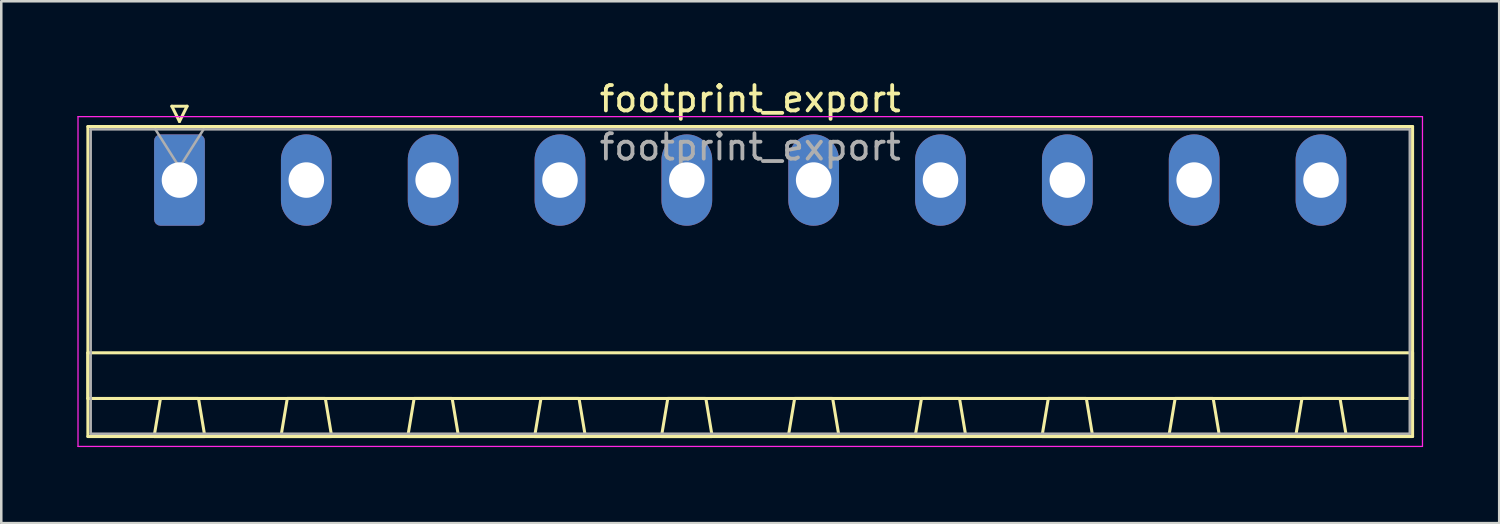
<source format=kicad_pcb>
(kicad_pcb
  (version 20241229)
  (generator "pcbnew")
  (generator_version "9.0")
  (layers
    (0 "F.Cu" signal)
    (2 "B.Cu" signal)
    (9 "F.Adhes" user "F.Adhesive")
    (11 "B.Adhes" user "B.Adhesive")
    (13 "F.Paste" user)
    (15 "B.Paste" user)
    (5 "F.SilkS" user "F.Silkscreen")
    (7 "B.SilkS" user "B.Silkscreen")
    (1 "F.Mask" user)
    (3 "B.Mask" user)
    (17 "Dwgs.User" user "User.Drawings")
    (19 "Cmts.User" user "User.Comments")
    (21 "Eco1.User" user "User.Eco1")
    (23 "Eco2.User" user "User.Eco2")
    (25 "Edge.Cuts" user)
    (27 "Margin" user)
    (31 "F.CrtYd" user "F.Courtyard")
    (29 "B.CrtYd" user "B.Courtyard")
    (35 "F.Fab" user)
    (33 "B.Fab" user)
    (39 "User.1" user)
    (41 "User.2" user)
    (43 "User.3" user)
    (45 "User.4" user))
  (footprint "footprint_export"
    (layer "F.Cu")
    (at 4.025 4.048)
    (property "Reference" "footprint_export" (at 22.5 -3.2 0) (layer "F.SilkS") (effects (font (size 1 1) (thickness 0.15))))
    (attr through_hole)
    (fp_line (start -3.61 -2.11) (end -3.61 10.11) (stroke (width 0.12) (type solid)) (layer "F.SilkS"))
    (fp_line (start -3.61 6.81) (end 48.61 6.81) (stroke (width 0.12) (type solid)) (layer "F.SilkS"))
    (fp_line (start -3.61 8.61) (end -3.61 6.81) (stroke (width 0.12) (type solid)) (layer "F.SilkS"))
    (fp_line (start -3.61 10.11) (end 48.61 10.11) (stroke (width 0.12) (type solid)) (layer "F.SilkS"))
    (fp_line (start -1 10.11) (end 1 10.11) (stroke (width 0.12) (type solid)) (layer "F.SilkS"))
    (fp_line (start -0.75 8.61) (end -1 10.11) (stroke (width 0.12) (type solid)) (layer "F.SilkS"))
    (fp_line (start -0.3 -2.91) (end 0.3 -2.91) (stroke (width 0.12) (type solid)) (layer "F.SilkS"))
    (fp_line (start 0 -2.31) (end -0.3 -2.91) (stroke (width 0.12) (type solid)) (layer "F.SilkS"))
    (fp_line (start 0.3 -2.91) (end 0 -2.31) (stroke (width 0.12) (type solid)) (layer "F.SilkS"))
    (fp_line (start 0.75 8.61) (end -0.75 8.61) (stroke (width 0.12) (type solid)) (layer "F.SilkS"))
    (fp_line (start 1 10.11) (end 0.75 8.61) (stroke (width 0.12) (type solid)) (layer "F.SilkS"))
    (fp_line (start 4 10.11) (end 6 10.11) (stroke (width 0.12) (type solid)) (layer "F.SilkS"))
    (fp_line (start 4.25 8.61) (end 4 10.11) (stroke (width 0.12) (type solid)) (layer "F.SilkS"))
    (fp_line (start 5.75 8.61) (end 4.25 8.61) (stroke (width 0.12) (type solid)) (layer "F.SilkS"))
    (fp_line (start 6 10.11) (end 5.75 8.61) (stroke (width 0.12) (type solid)) (layer "F.SilkS"))
    (fp_line (start 9 10.11) (end 11 10.11) (stroke (width 0.12) (type solid)) (layer "F.SilkS"))
    (fp_line (start 9.25 8.61) (end 9 10.11) (stroke (width 0.12) (type solid)) (layer "F.SilkS"))
    (fp_line (start 10.75 8.61) (end 9.25 8.61) (stroke (width 0.12) (type solid)) (layer "F.SilkS"))
    (fp_line (start 11 10.11) (end 10.75 8.61) (stroke (width 0.12) (type solid)) (layer "F.SilkS"))
    (fp_line (start 14 10.11) (end 16 10.11) (stroke (width 0.12) (type solid)) (layer "F.SilkS"))
    (fp_line (start 14.25 8.61) (end 14 10.11) (stroke (width 0.12) (type solid)) (layer "F.SilkS"))
    (fp_line (start 15.75 8.61) (end 14.25 8.61) (stroke (width 0.12) (type solid)) (layer "F.SilkS"))
    (fp_line (start 16 10.11) (end 15.75 8.61) (stroke (width 0.12) (type solid)) (layer "F.SilkS"))
    (fp_line (start 19 10.11) (end 21 10.11) (stroke (width 0.12) (type solid)) (layer "F.SilkS"))
    (fp_line (start 19.25 8.61) (end 19 10.11) (stroke (width 0.12) (type solid)) (layer "F.SilkS"))
    (fp_line (start 20.75 8.61) (end 19.25 8.61) (stroke (width 0.12) (type solid)) (layer "F.SilkS"))
    (fp_line (start 21 10.11) (end 20.75 8.61) (stroke (width 0.12) (type solid)) (layer "F.SilkS"))
    (fp_line (start 24 10.11) (end 26 10.11) (stroke (width 0.12) (type solid)) (layer "F.SilkS"))
    (fp_line (start 24.25 8.61) (end 24 10.11) (stroke (width 0.12) (type solid)) (layer "F.SilkS"))
    (fp_line (start 25.75 8.61) (end 24.25 8.61) (stroke (width 0.12) (type solid)) (layer "F.SilkS"))
    (fp_line (start 26 10.11) (end 25.75 8.61) (stroke (width 0.12) (type solid)) (layer "F.SilkS"))
    (fp_line (start 29 10.11) (end 31 10.11) (stroke (width 0.12) (type solid)) (layer "F.SilkS"))
    (fp_line (start 29.25 8.61) (end 29 10.11) (stroke (width 0.12) (type solid)) (layer "F.SilkS"))
    (fp_line (start 30.75 8.61) (end 29.25 8.61) (stroke (width 0.12) (type solid)) (layer "F.SilkS"))
    (fp_line (start 31 10.11) (end 30.75 8.61) (stroke (width 0.12) (type solid)) (layer "F.SilkS"))
    (fp_line (start 34 10.11) (end 36 10.11) (stroke (width 0.12) (type solid)) (layer "F.SilkS"))
    (fp_line (start 34.25 8.61) (end 34 10.11) (stroke (width 0.12) (type solid)) (layer "F.SilkS"))
    (fp_line (start 35.75 8.61) (end 34.25 8.61) (stroke (width 0.12) (type solid)) (layer "F.SilkS"))
    (fp_line (start 36 10.11) (end 35.75 8.61) (stroke (width 0.12) (type solid)) (layer "F.SilkS"))
    (fp_line (start 39 10.11) (end 41 10.11) (stroke (width 0.12) (type solid)) (layer "F.SilkS"))
    (fp_line (start 39.25 8.61) (end 39 10.11) (stroke (width 0.12) (type solid)) (layer "F.SilkS"))
    (fp_line (start 40.75 8.61) (end 39.25 8.61) (stroke (width 0.12) (type solid)) (layer "F.SilkS"))
    (fp_line (start 41 10.11) (end 40.75 8.61) (stroke (width 0.12) (type solid)) (layer "F.SilkS"))
    (fp_line (start 44 10.11) (end 46 10.11) (stroke (width 0.12) (type solid)) (layer "F.SilkS"))
    (fp_line (start 44.25 8.61) (end 44 10.11) (stroke (width 0.12) (type solid)) (layer "F.SilkS"))
    (fp_line (start 45.75 8.61) (end 44.25 8.61) (stroke (width 0.12) (type solid)) (layer "F.SilkS"))
    (fp_line (start 46 10.11) (end 45.75 8.61) (stroke (width 0.12) (type solid)) (layer "F.SilkS"))
    (fp_line (start 48.61 -2.11) (end -3.61 -2.11) (stroke (width 0.12) (type solid)) (layer "F.SilkS"))
    (fp_line (start 48.61 6.81) (end 48.61 8.61) (stroke (width 0.12) (type solid)) (layer "F.SilkS"))
    (fp_line (start 48.61 8.61) (end -3.61 8.61) (stroke (width 0.12) (type solid)) (layer "F.SilkS"))
    (fp_line (start 48.61 10.11) (end 48.61 -2.11) (stroke (width 0.12) (type solid)) (layer "F.SilkS"))
    (fp_line (start -4 -2.5) (end -4 10.5) (stroke (width 0.05) (type solid)) (layer "F.CrtYd"))
    (fp_line (start -4 10.5) (end 49 10.5) (stroke (width 0.05) (type solid)) (layer "F.CrtYd"))
    (fp_line (start 49 -2.5) (end -4 -2.5) (stroke (width 0.05) (type solid)) (layer "F.CrtYd"))
    (fp_line (start 49 10.5) (end 49 -2.5) (stroke (width 0.05) (type solid)) (layer "F.CrtYd"))
    (fp_line (start -3.5 -2) (end -3.5 10) (stroke (width 0.1) (type solid)) (layer "F.Fab"))
    (fp_line (start -3.5 10) (end 48.5 10) (stroke (width 0.1) (type solid)) (layer "F.Fab"))
    (fp_line (start 0 -0.5) (end -0.95 -2) (stroke (width 0.1) (type solid)) (layer "F.Fab"))
    (fp_line (start 0.95 -2) (end 0 -0.5) (stroke (width 0.1) (type solid)) (layer "F.Fab"))
    (fp_line (start 48.5 -2) (end -3.5 -2) (stroke (width 0.1) (type solid)) (layer "F.Fab"))
    (fp_line (start 48.5 10) (end 48.5 -2) (stroke (width 0.1) (type solid)) (layer "F.Fab"))
    (fp_text user "${REFERENCE}" (at 22.5 -1.3 0) (layer "F.Fab") (effects (font (size 1 1) (thickness 0.15))))
    (pad "1" thru_hole roundrect (at 0 0) (size 2 3.6) (drill 1.4) (layers "*.Cu" "*.Mask") (roundrect_rratio 0.125))
    (pad "2" thru_hole oval (at 5 0) (size 2 3.6) (drill 1.4) (layers "*.Cu" "*.Mask"))
    (pad "3" thru_hole oval (at 10 0) (size 2 3.6) (drill 1.4) (layers "*.Cu" "*.Mask"))
    (pad "4" thru_hole oval (at 15 0) (size 2 3.6) (drill 1.4) (layers "*.Cu" "*.Mask"))
    (pad "5" thru_hole oval (at 20 0) (size 2 3.6) (drill 1.4) (layers "*.Cu" "*.Mask"))
    (pad "6" thru_hole oval (at 25 0) (size 2 3.6) (drill 1.4) (layers "*.Cu" "*.Mask"))
    (pad "7" thru_hole oval (at 30 0) (size 2 3.6) (drill 1.4) (layers "*.Cu" "*.Mask"))
    (pad "8" thru_hole oval (at 35 0) (size 2 3.6) (drill 1.4) (layers "*.Cu" "*.Mask"))
    (pad "9" thru_hole oval (at 40 0) (size 2 3.6) (drill 1.4) (layers "*.Cu" "*.Mask"))
    (pad "10" thru_hole oval (at 45 0) (size 2 3.6) (drill 1.4) (layers "*.Cu" "*.Mask")))
  (gr_rect
    (start -3 -3)
    (end 56.05 17.573)
    (stroke (width 0.1) (type default))
    (fill no)
    (layer "Edge.Cuts")))
</source>
